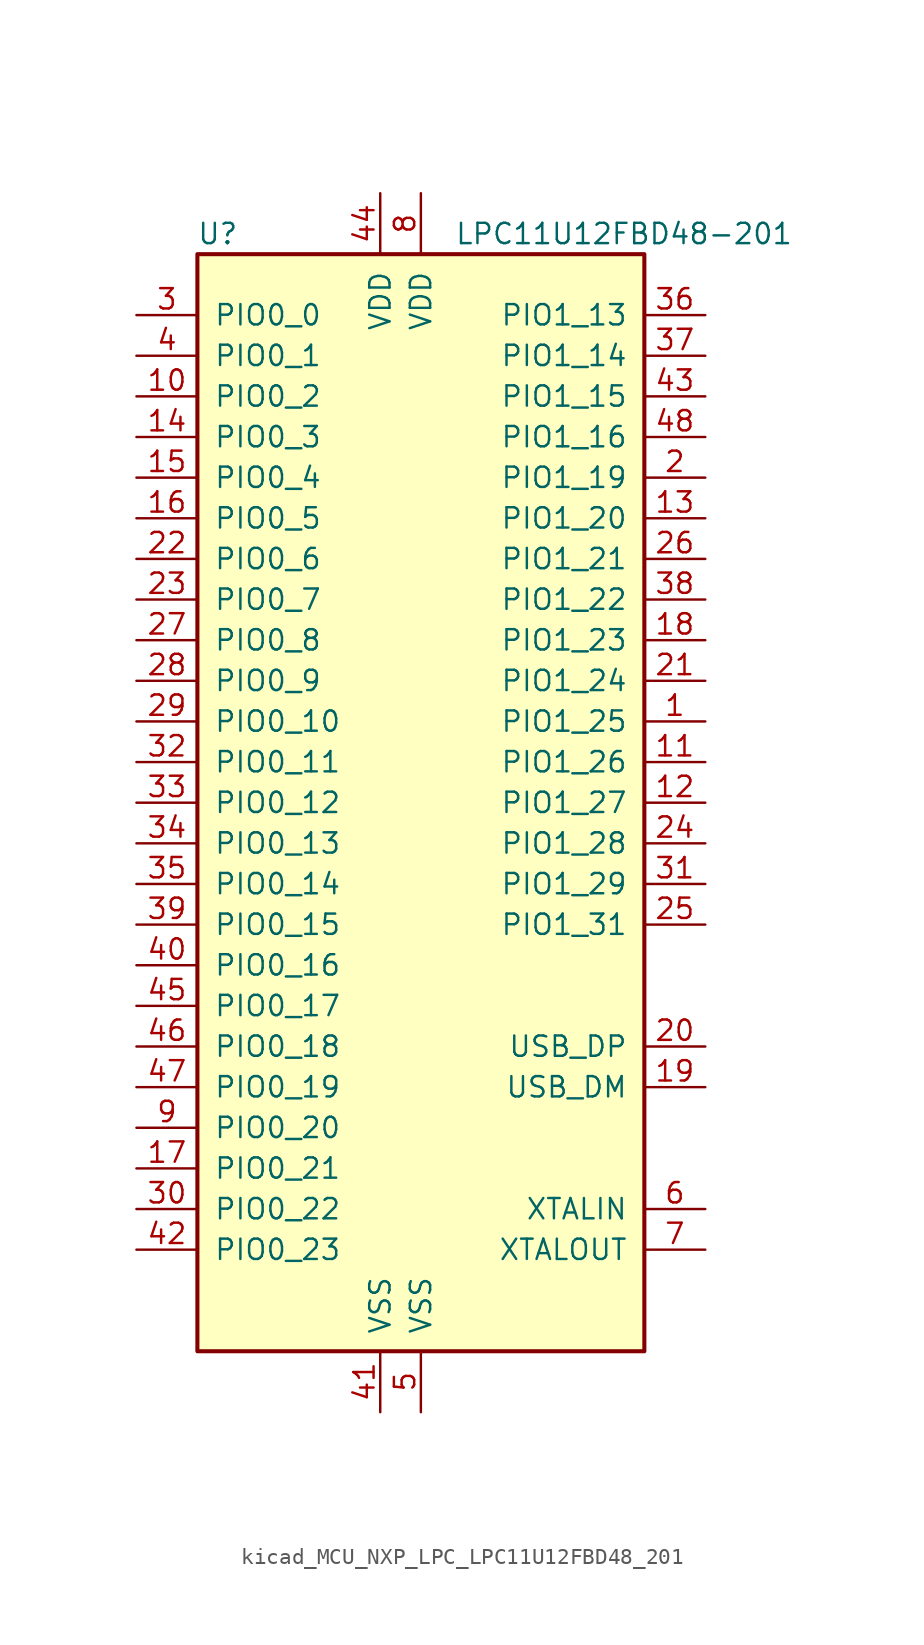
<source format=kicad_sym>
(kicad_symbol_lib
  (version 20220914)
  (generator kicad_symbol_editor)
  (symbol "kicad_MCU_NXP_LPC_LPC11U12FBD48_201"
    (pin_names
      (offset 1.016))
    (property "Reference" "U"
      (at -12.7 35.56 0)
      (effects (font (size 1.27 1.27))))
    (property "Value" "LPC11U12FBD48-201"
      (at 12.7 35.56 0)
      (effects (font (size 1.27 1.27))))
    (symbol "kicad_MCU_NXP_LPC_LPC11U12FBD48_201_0_1"
      (rectangle (start -13.97 34.29) (end 13.97 -34.29) (stroke (width 0.254) (type default)) (fill (type background))))
    (symbol "kicad_MCU_NXP_LPC_LPC11U12FBD48_201_1_1"
      (pin bidirectional line (at 17.78 5.08 180) (length 3.81) (name "PIO1_25" (effects (font (size 1.27 1.27)))) (number "1" (effects (font (size 1.27 1.27)))))
      (pin bidirectional line (at -17.78 25.4 0) (length 3.81) (name "PIO0_2" (effects (font (size 1.27 1.27)))) (number "10" (effects (font (size 1.27 1.27)))))
      (pin bidirectional line (at 17.78 2.54 180) (length 3.81) (name "PIO1_26" (effects (font (size 1.27 1.27)))) (number "11" (effects (font (size 1.27 1.27)))))
      (pin bidirectional line (at 17.78 0 180) (length 3.81) (name "PIO1_27" (effects (font (size 1.27 1.27)))) (number "12" (effects (font (size 1.27 1.27)))))
      (pin bidirectional line (at 17.78 17.78 180) (length 3.81) (name "PIO1_20" (effects (font (size 1.27 1.27)))) (number "13" (effects (font (size 1.27 1.27)))))
      (pin bidirectional line (at -17.78 22.86 0) (length 3.81) (name "PIO0_3" (effects (font (size 1.27 1.27)))) (number "14" (effects (font (size 1.27 1.27)))))
      (pin bidirectional line (at -17.78 20.32 0) (length 3.81) (name "PIO0_4" (effects (font (size 1.27 1.27)))) (number "15" (effects (font (size 1.27 1.27)))))
      (pin bidirectional line (at -17.78 17.78 0) (length 3.81) (name "PIO0_5" (effects (font (size 1.27 1.27)))) (number "16" (effects (font (size 1.27 1.27)))))
      (pin bidirectional line (at -17.78 -22.86 0) (length 3.81) (name "PIO0_21" (effects (font (size 1.27 1.27)))) (number "17" (effects (font (size 1.27 1.27)))))
      (pin bidirectional line (at 17.78 10.16 180) (length 3.81) (name "PIO1_23" (effects (font (size 1.27 1.27)))) (number "18" (effects (font (size 1.27 1.27)))))
      (pin bidirectional line (at 17.78 -17.78 180) (length 3.81) (name "USB_DM" (effects (font (size 1.27 1.27)))) (number "19" (effects (font (size 1.27 1.27)))))
      (pin bidirectional line (at 17.78 20.32 180) (length 3.81) (name "PIO1_19" (effects (font (size 1.27 1.27)))) (number "2" (effects (font (size 1.27 1.27)))))
      (pin bidirectional line (at 17.78 -15.24 180) (length 3.81) (name "USB_DP" (effects (font (size 1.27 1.27)))) (number "20" (effects (font (size 1.27 1.27)))))
      (pin bidirectional line (at 17.78 7.62 180) (length 3.81) (name "PIO1_24" (effects (font (size 1.27 1.27)))) (number "21" (effects (font (size 1.27 1.27)))))
      (pin bidirectional line (at -17.78 15.24 0) (length 3.81) (name "PIO0_6" (effects (font (size 1.27 1.27)))) (number "22" (effects (font (size 1.27 1.27)))))
      (pin bidirectional line (at -17.78 12.7 0) (length 3.81) (name "PIO0_7" (effects (font (size 1.27 1.27)))) (number "23" (effects (font (size 1.27 1.27)))))
      (pin bidirectional line (at 17.78 -2.54 180) (length 3.81) (name "PIO1_28" (effects (font (size 1.27 1.27)))) (number "24" (effects (font (size 1.27 1.27)))))
      (pin bidirectional line (at 17.78 -7.62 180) (length 3.81) (name "PIO1_31" (effects (font (size 1.27 1.27)))) (number "25" (effects (font (size 1.27 1.27)))))
      (pin bidirectional line (at 17.78 15.24 180) (length 3.81) (name "PIO1_21" (effects (font (size 1.27 1.27)))) (number "26" (effects (font (size 1.27 1.27)))))
      (pin bidirectional line (at -17.78 10.16 0) (length 3.81) (name "PIO0_8" (effects (font (size 1.27 1.27)))) (number "27" (effects (font (size 1.27 1.27)))))
      (pin bidirectional line (at -17.78 7.62 0) (length 3.81) (name "PIO0_9" (effects (font (size 1.27 1.27)))) (number "28" (effects (font (size 1.27 1.27)))))
      (pin bidirectional line (at -17.78 5.08 0) (length 3.81) (name "PIO0_10" (effects (font (size 1.27 1.27)))) (number "29" (effects (font (size 1.27 1.27)))))
      (pin bidirectional line (at -17.78 30.48 0) (length 3.81) (name "PIO0_0" (effects (font (size 1.27 1.27)))) (number "3" (effects (font (size 1.27 1.27)))))
      (pin bidirectional line (at -17.78 -25.4 0) (length 3.81) (name "PIO0_22" (effects (font (size 1.27 1.27)))) (number "30" (effects (font (size 1.27 1.27)))))
      (pin bidirectional line (at 17.78 -5.08 180) (length 3.81) (name "PIO1_29" (effects (font (size 1.27 1.27)))) (number "31" (effects (font (size 1.27 1.27)))))
      (pin bidirectional line (at -17.78 2.54 0) (length 3.81) (name "PIO0_11" (effects (font (size 1.27 1.27)))) (number "32" (effects (font (size 1.27 1.27)))))
      (pin bidirectional line (at -17.78 0 0) (length 3.81) (name "PIO0_12" (effects (font (size 1.27 1.27)))) (number "33" (effects (font (size 1.27 1.27)))))
      (pin bidirectional line (at -17.78 -2.54 0) (length 3.81) (name "PIO0_13" (effects (font (size 1.27 1.27)))) (number "34" (effects (font (size 1.27 1.27)))))
      (pin bidirectional line (at -17.78 -5.08 0) (length 3.81) (name "PIO0_14" (effects (font (size 1.27 1.27)))) (number "35" (effects (font (size 1.27 1.27)))))
      (pin bidirectional line (at 17.78 30.48 180) (length 3.81) (name "PIO1_13" (effects (font (size 1.27 1.27)))) (number "36" (effects (font (size 1.27 1.27)))))
      (pin bidirectional line (at 17.78 27.94 180) (length 3.81) (name "PIO1_14" (effects (font (size 1.27 1.27)))) (number "37" (effects (font (size 1.27 1.27)))))
      (pin bidirectional line (at 17.78 12.7 180) (length 3.81) (name "PIO1_22" (effects (font (size 1.27 1.27)))) (number "38" (effects (font (size 1.27 1.27)))))
      (pin bidirectional line (at -17.78 -7.62 0) (length 3.81) (name "PIO0_15" (effects (font (size 1.27 1.27)))) (number "39" (effects (font (size 1.27 1.27)))))
      (pin bidirectional line (at -17.78 27.94 0) (length 3.81) (name "PIO0_1" (effects (font (size 1.27 1.27)))) (number "4" (effects (font (size 1.27 1.27)))))
      (pin bidirectional line (at -17.78 -10.16 0) (length 3.81) (name "PIO0_16" (effects (font (size 1.27 1.27)))) (number "40" (effects (font (size 1.27 1.27)))))
      (pin power_in line (at -2.54 -38.1 90) (length 3.81) (name "VSS" (effects (font (size 1.27 1.27)))) (number "41" (effects (font (size 1.27 1.27)))))
      (pin bidirectional line (at -17.78 -27.94 0) (length 3.81) (name "PIO0_23" (effects (font (size 1.27 1.27)))) (number "42" (effects (font (size 1.27 1.27)))))
      (pin bidirectional line (at 17.78 25.4 180) (length 3.81) (name "PIO1_15" (effects (font (size 1.27 1.27)))) (number "43" (effects (font (size 1.27 1.27)))))
      (pin power_in line (at -2.54 38.1 270) (length 3.81) (name "VDD" (effects (font (size 1.27 1.27)))) (number "44" (effects (font (size 1.27 1.27)))))
      (pin bidirectional line (at -17.78 -12.7 0) (length 3.81) (name "PIO0_17" (effects (font (size 1.27 1.27)))) (number "45" (effects (font (size 1.27 1.27)))))
      (pin bidirectional line (at -17.78 -15.24 0) (length 3.81) (name "PIO0_18" (effects (font (size 1.27 1.27)))) (number "46" (effects (font (size 1.27 1.27)))))
      (pin bidirectional line (at -17.78 -17.78 0) (length 3.81) (name "PIO0_19" (effects (font (size 1.27 1.27)))) (number "47" (effects (font (size 1.27 1.27)))))
      (pin bidirectional line (at 17.78 22.86 180) (length 3.81) (name "PIO1_16" (effects (font (size 1.27 1.27)))) (number "48" (effects (font (size 1.27 1.27)))))
      (pin power_in line (at 0 -38.1 90) (length 3.81) (name "VSS" (effects (font (size 1.27 1.27)))) (number "5" (effects (font (size 1.27 1.27)))))
      (pin input line (at 17.78 -25.4 180) (length 3.81) (name "XTALIN" (effects (font (size 1.27 1.27)))) (number "6" (effects (font (size 1.27 1.27)))))
      (pin output line (at 17.78 -27.94 180) (length 3.81) (name "XTALOUT" (effects (font (size 1.27 1.27)))) (number "7" (effects (font (size 1.27 1.27)))))
      (pin power_in line (at 0 38.1 270) (length 3.81) (name "VDD" (effects (font (size 1.27 1.27)))) (number "8" (effects (font (size 1.27 1.27)))))
      (pin bidirectional line (at -17.78 -20.32 0) (length 3.81) (name "PIO0_20" (effects (font (size 1.27 1.27)))) (number "9" (effects (font (size 1.27 1.27))))))))
</source>
